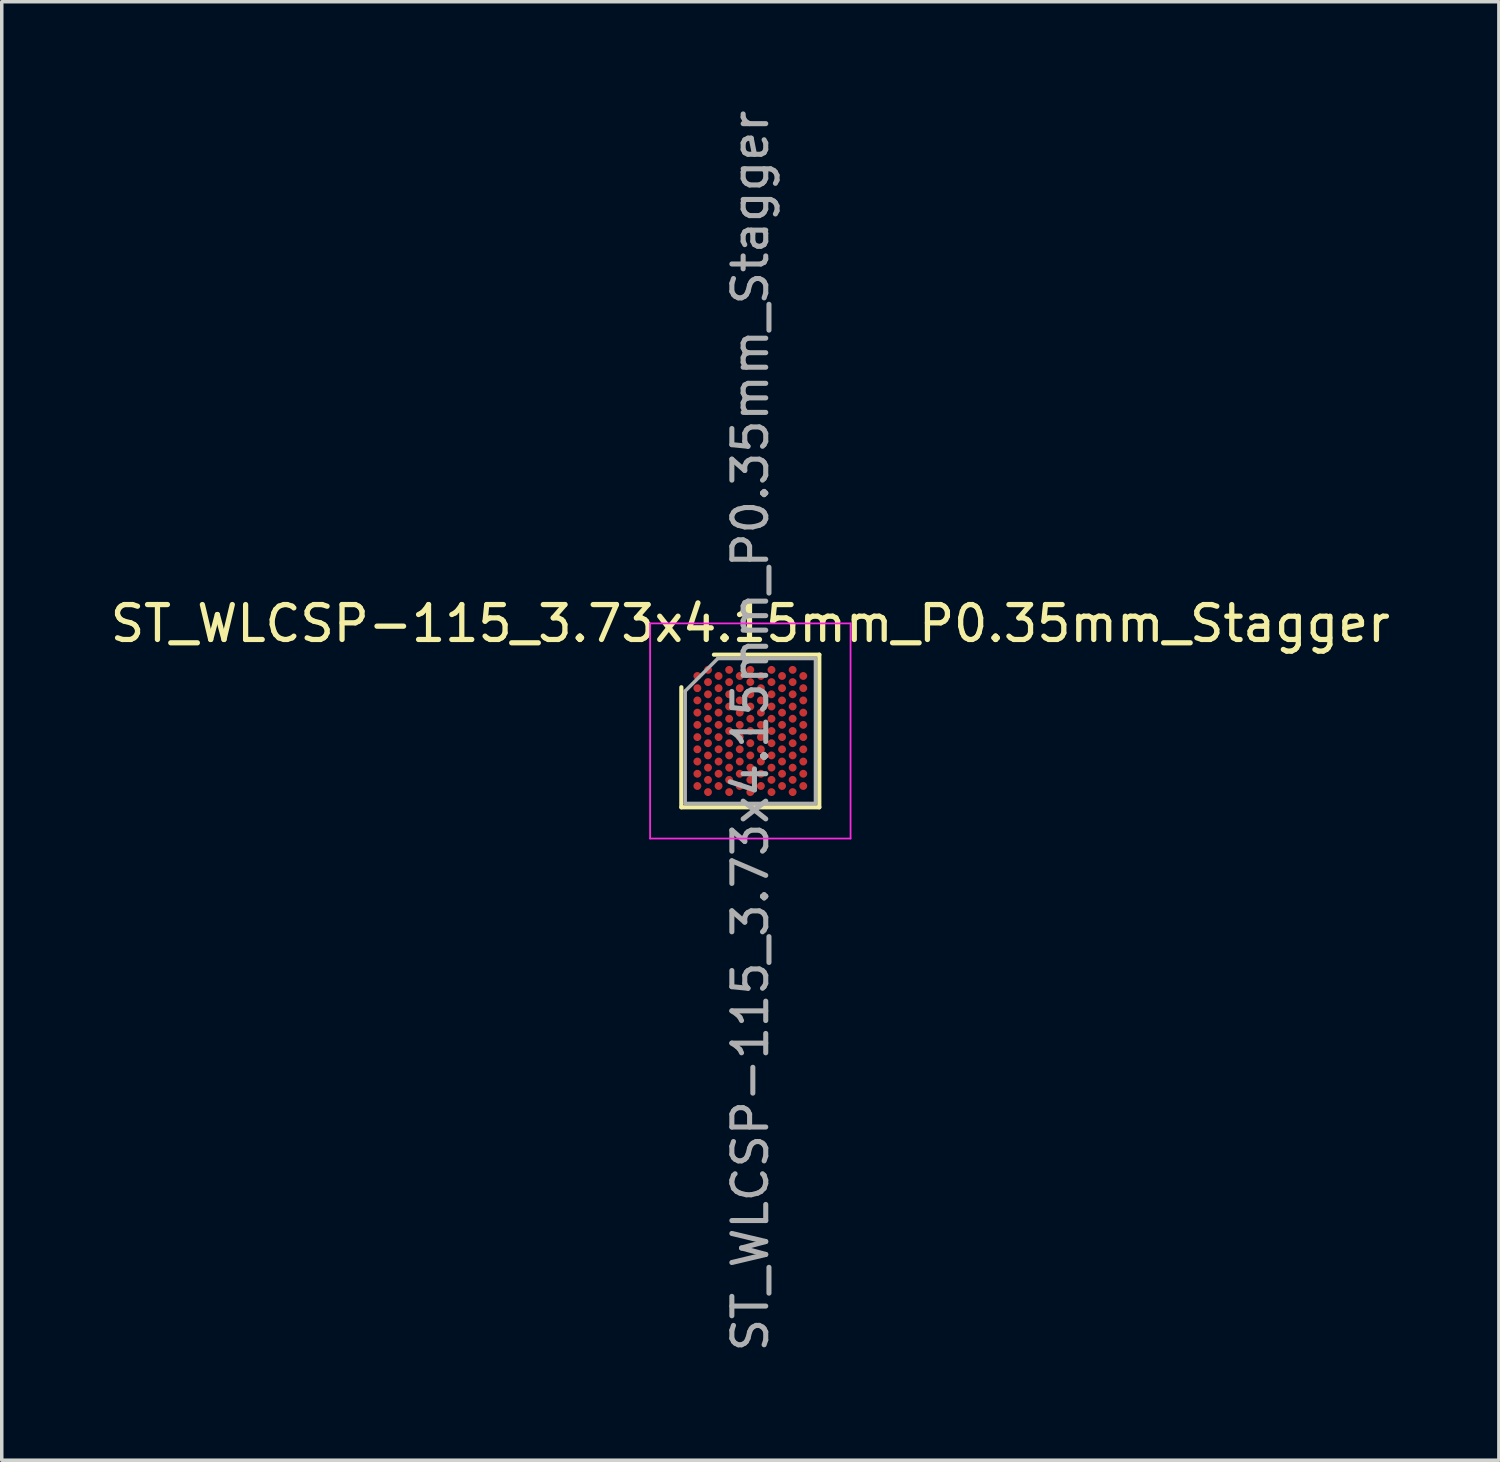
<source format=kicad_pcb>
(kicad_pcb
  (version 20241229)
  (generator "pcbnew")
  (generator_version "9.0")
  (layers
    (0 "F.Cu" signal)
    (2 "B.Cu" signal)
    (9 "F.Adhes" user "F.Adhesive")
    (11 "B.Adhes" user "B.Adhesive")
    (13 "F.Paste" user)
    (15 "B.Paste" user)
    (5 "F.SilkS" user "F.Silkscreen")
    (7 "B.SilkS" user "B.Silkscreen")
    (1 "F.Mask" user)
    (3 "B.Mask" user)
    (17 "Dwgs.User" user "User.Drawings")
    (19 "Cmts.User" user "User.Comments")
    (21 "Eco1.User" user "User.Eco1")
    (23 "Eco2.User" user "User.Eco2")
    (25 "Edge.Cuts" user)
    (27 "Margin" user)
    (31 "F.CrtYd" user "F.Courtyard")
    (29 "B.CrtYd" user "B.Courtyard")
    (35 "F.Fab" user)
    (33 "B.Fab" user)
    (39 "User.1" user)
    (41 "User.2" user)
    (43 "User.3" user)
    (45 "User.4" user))
  (footprint "ST_WLCSP-115_3.73x4.15mm_P0.35mm_Stagger"
    (layer "F.Cu")
    (at 18.435 17.881)
    (property "Reference" "ST_WLCSP-115_3.73x4.15mm_P0.35mm_Stagger" (at 0 -3.075 0) (layer "F.SilkS") (effects (font (size 1 1) (thickness 0.15))))
    (attr smd)
    (fp_line (start -1.975 2.185) (end -1.975 -1.252) (stroke (width 0.12) (type solid)) (layer "F.SilkS"))
    (fp_line (start -1.042 -2.185) (end 1.975 -2.185) (stroke (width 0.12) (type solid)) (layer "F.SilkS"))
    (fp_line (start 1.975 -2.185) (end 1.975 2.185) (stroke (width 0.12) (type solid)) (layer "F.SilkS"))
    (fp_line (start 1.975 2.185) (end -1.975 2.185) (stroke (width 0.12) (type solid)) (layer "F.SilkS"))
    (fp_line (start -2.87 -3.08) (end -2.87 3.08) (stroke (width 0.05) (type solid)) (layer "F.CrtYd"))
    (fp_line (start -2.87 3.08) (end 2.87 3.08) (stroke (width 0.05) (type solid)) (layer "F.CrtYd"))
    (fp_line (start 2.87 -3.08) (end -2.87 -3.08) (stroke (width 0.05) (type solid)) (layer "F.CrtYd"))
    (fp_line (start 2.87 3.08) (end 2.87 -3.08) (stroke (width 0.05) (type solid)) (layer "F.CrtYd"))
    (fp_line (start -1.865 -1.143) (end -0.932 -2.075) (stroke (width 0.1) (type solid)) (layer "F.Fab"))
    (fp_line (start -1.865 2.075) (end -1.865 -1.143) (stroke (width 0.1) (type solid)) (layer "F.Fab"))
    (fp_line (start -0.932 -2.075) (end 1.865 -2.075) (stroke (width 0.1) (type solid)) (layer "F.Fab"))
    (fp_line (start 1.865 -2.075) (end 1.865 2.075) (stroke (width 0.1) (type solid)) (layer "F.Fab"))
    (fp_line (start 1.865 2.075) (end -1.865 2.075) (stroke (width 0.1) (type solid)) (layer "F.Fab"))
    (fp_text user "${REFERENCE}" (at 0 0 270) (layer "F.Fab") (effects (font (size 0.97 0.97) (thickness 0.145))))
    (pad "A2" smd circle (at -1.212 -1.75) (size 0.225 0.225) (layers "F.Cu" "F.Mask" "F.Paste"))
    (pad "A4" smd circle (at -0.606 -1.75) (size 0.225 0.225) (layers "F.Cu" "F.Mask" "F.Paste"))
    (pad "A6" smd circle (at 0 -1.75) (size 0.225 0.225) (layers "F.Cu" "F.Mask" "F.Paste"))
    (pad "A8" smd circle (at 0.606 -1.75) (size 0.225 0.225) (layers "F.Cu" "F.Mask" "F.Paste"))
    (pad "A10" smd circle (at 1.212 -1.75) (size 0.225 0.225) (layers "F.Cu" "F.Mask" "F.Paste"))
    (pad "AA2" smd circle (at -1.212 1.75) (size 0.225 0.225) (layers "F.Cu" "F.Mask" "F.Paste"))
    (pad "AA4" smd circle (at -0.606 1.75) (size 0.225 0.225) (layers "F.Cu" "F.Mask" "F.Paste"))
    (pad "AA6" smd circle (at 0 1.75) (size 0.225 0.225) (layers "F.Cu" "F.Mask" "F.Paste"))
    (pad "AA8" smd circle (at 0.606 1.75) (size 0.225 0.225) (layers "F.Cu" "F.Mask" "F.Paste"))
    (pad "AA10" smd circle (at 1.212 1.75) (size 0.225 0.225) (layers "F.Cu" "F.Mask" "F.Paste"))
    (pad "B1" smd circle (at -1.516 -1.575) (size 0.225 0.225) (layers "F.Cu" "F.Mask" "F.Paste"))
    (pad "B3" smd circle (at -0.909 -1.575) (size 0.225 0.225) (layers "F.Cu" "F.Mask" "F.Paste"))
    (pad "B5" smd circle (at -0.303 -1.575) (size 0.225 0.225) (layers "F.Cu" "F.Mask" "F.Paste"))
    (pad "B7" smd circle (at 0.303 -1.575) (size 0.225 0.225) (layers "F.Cu" "F.Mask" "F.Paste"))
    (pad "B9" smd circle (at 0.909 -1.575) (size 0.225 0.225) (layers "F.Cu" "F.Mask" "F.Paste"))
    (pad "B11" smd circle (at 1.516 -1.575) (size 0.225 0.225) (layers "F.Cu" "F.Mask" "F.Paste"))
    (pad "C2" smd circle (at -1.212 -1.4) (size 0.225 0.225) (layers "F.Cu" "F.Mask" "F.Paste"))
    (pad "C4" smd circle (at -0.606 -1.4) (size 0.225 0.225) (layers "F.Cu" "F.Mask" "F.Paste"))
    (pad "C6" smd circle (at 0 -1.4) (size 0.225 0.225) (layers "F.Cu" "F.Mask" "F.Paste"))
    (pad "C8" smd circle (at 0.606 -1.4) (size 0.225 0.225) (layers "F.Cu" "F.Mask" "F.Paste"))
    (pad "C10" smd circle (at 1.212 -1.4) (size 0.225 0.225) (layers "F.Cu" "F.Mask" "F.Paste"))
    (pad "D1" smd circle (at -1.516 -1.225) (size 0.225 0.225) (layers "F.Cu" "F.Mask" "F.Paste"))
    (pad "D3" smd circle (at -0.909 -1.225) (size 0.225 0.225) (layers "F.Cu" "F.Mask" "F.Paste"))
    (pad "D5" smd circle (at -0.303 -1.225) (size 0.225 0.225) (layers "F.Cu" "F.Mask" "F.Paste"))
    (pad "D7" smd circle (at 0.303 -1.225) (size 0.225 0.225) (layers "F.Cu" "F.Mask" "F.Paste"))
    (pad "D9" smd circle (at 0.909 -1.225) (size 0.225 0.225) (layers "F.Cu" "F.Mask" "F.Paste"))
    (pad "D11" smd circle (at 1.516 -1.225) (size 0.225 0.225) (layers "F.Cu" "F.Mask" "F.Paste"))
    (pad "E2" smd circle (at -1.212 -1.05) (size 0.225 0.225) (layers "F.Cu" "F.Mask" "F.Paste"))
    (pad "E4" smd circle (at -0.606 -1.05) (size 0.225 0.225) (layers "F.Cu" "F.Mask" "F.Paste"))
    (pad "E6" smd circle (at 0 -1.05) (size 0.225 0.225) (layers "F.Cu" "F.Mask" "F.Paste"))
    (pad "E8" smd circle (at 0.606 -1.05) (size 0.225 0.225) (layers "F.Cu" "F.Mask" "F.Paste"))
    (pad "E10" smd circle (at 1.212 -1.05) (size 0.225 0.225) (layers "F.Cu" "F.Mask" "F.Paste"))
    (pad "F1" smd circle (at -1.516 -0.875) (size 0.225 0.225) (layers "F.Cu" "F.Mask" "F.Paste"))
    (pad "F3" smd circle (at -0.909 -0.875) (size 0.225 0.225) (layers "F.Cu" "F.Mask" "F.Paste"))
    (pad "F5" smd circle (at -0.303 -0.875) (size 0.225 0.225) (layers "F.Cu" "F.Mask" "F.Paste"))
    (pad "F7" smd circle (at 0.303 -0.875) (size 0.225 0.225) (layers "F.Cu" "F.Mask" "F.Paste"))
    (pad "F9" smd circle (at 0.909 -0.875) (size 0.225 0.225) (layers "F.Cu" "F.Mask" "F.Paste"))
    (pad "F11" smd circle (at 1.516 -0.875) (size 0.225 0.225) (layers "F.Cu" "F.Mask" "F.Paste"))
    (pad "G2" smd circle (at -1.212 -0.7) (size 0.225 0.225) (layers "F.Cu" "F.Mask" "F.Paste"))
    (pad "G4" smd circle (at -0.606 -0.7) (size 0.225 0.225) (layers "F.Cu" "F.Mask" "F.Paste"))
    (pad "G6" smd circle (at 0 -0.7) (size 0.225 0.225) (layers "F.Cu" "F.Mask" "F.Paste"))
    (pad "G8" smd circle (at 0.606 -0.7) (size 0.225 0.225) (layers "F.Cu" "F.Mask" "F.Paste"))
    (pad "G10" smd circle (at 1.212 -0.7) (size 0.225 0.225) (layers "F.Cu" "F.Mask" "F.Paste"))
    (pad "H1" smd circle (at -1.516 -0.525) (size 0.225 0.225) (layers "F.Cu" "F.Mask" "F.Paste"))
    (pad "H3" smd circle (at -0.909 -0.525) (size 0.225 0.225) (layers "F.Cu" "F.Mask" "F.Paste"))
    (pad "H5" smd circle (at -0.303 -0.525) (size 0.225 0.225) (layers "F.Cu" "F.Mask" "F.Paste"))
    (pad "H7" smd circle (at 0.303 -0.525) (size 0.225 0.225) (layers "F.Cu" "F.Mask" "F.Paste"))
    (pad "H9" smd circle (at 0.909 -0.525) (size 0.225 0.225) (layers "F.Cu" "F.Mask" "F.Paste"))
    (pad "H11" smd circle (at 1.516 -0.525) (size 0.225 0.225) (layers "F.Cu" "F.Mask" "F.Paste"))
    (pad "J2" smd circle (at -1.212 -0.35) (size 0.225 0.225) (layers "F.Cu" "F.Mask" "F.Paste"))
    (pad "J4" smd circle (at -0.606 -0.35) (size 0.225 0.225) (layers "F.Cu" "F.Mask" "F.Paste"))
    (pad "J6" smd circle (at 0 -0.35) (size 0.225 0.225) (layers "F.Cu" "F.Mask" "F.Paste"))
    (pad "J8" smd circle (at 0.606 -0.35) (size 0.225 0.225) (layers "F.Cu" "F.Mask" "F.Paste"))
    (pad "J10" smd circle (at 1.212 -0.35) (size 0.225 0.225) (layers "F.Cu" "F.Mask" "F.Paste"))
    (pad "K1" smd circle (at -1.516 -0.175) (size 0.225 0.225) (layers "F.Cu" "F.Mask" "F.Paste"))
    (pad "K3" smd circle (at -0.909 -0.175) (size 0.225 0.225) (layers "F.Cu" "F.Mask" "F.Paste"))
    (pad "K5" smd circle (at -0.303 -0.175) (size 0.225 0.225) (layers "F.Cu" "F.Mask" "F.Paste"))
    (pad "K7" smd circle (at 0.303 -0.175) (size 0.225 0.225) (layers "F.Cu" "F.Mask" "F.Paste"))
    (pad "K9" smd circle (at 0.909 -0.175) (size 0.225 0.225) (layers "F.Cu" "F.Mask" "F.Paste"))
    (pad "K11" smd circle (at 1.516 -0.175) (size 0.225 0.225) (layers "F.Cu" "F.Mask" "F.Paste"))
    (pad "L2" smd circle (at -1.212 0) (size 0.225 0.225) (layers "F.Cu" "F.Mask" "F.Paste"))
    (pad "L4" smd circle (at -0.606 0) (size 0.225 0.225) (layers "F.Cu" "F.Mask" "F.Paste"))
    (pad "L6" smd circle (at 0 0) (size 0.225 0.225) (layers "F.Cu" "F.Mask" "F.Paste"))
    (pad "L8" smd circle (at 0.606 0) (size 0.225 0.225) (layers "F.Cu" "F.Mask" "F.Paste"))
    (pad "L10" smd circle (at 1.212 0) (size 0.225 0.225) (layers "F.Cu" "F.Mask" "F.Paste"))
    (pad "M1" smd circle (at -1.516 0.175) (size 0.225 0.225) (layers "F.Cu" "F.Mask" "F.Paste"))
    (pad "M3" smd circle (at -0.909 0.175) (size 0.225 0.225) (layers "F.Cu" "F.Mask" "F.Paste"))
    (pad "M5" smd circle (at -0.303 0.175) (size 0.225 0.225) (layers "F.Cu" "F.Mask" "F.Paste"))
    (pad "M7" smd circle (at 0.303 0.175) (size 0.225 0.225) (layers "F.Cu" "F.Mask" "F.Paste"))
    (pad "M9" smd circle (at 0.909 0.175) (size 0.225 0.225) (layers "F.Cu" "F.Mask" "F.Paste"))
    (pad "M11" smd circle (at 1.516 0.175) (size 0.225 0.225) (layers "F.Cu" "F.Mask" "F.Paste"))
    (pad "N2" smd circle (at -1.212 0.35) (size 0.225 0.225) (layers "F.Cu" "F.Mask" "F.Paste"))
    (pad "N4" smd circle (at -0.606 0.35) (size 0.225 0.225) (layers "F.Cu" "F.Mask" "F.Paste"))
    (pad "N6" smd circle (at 0 0.35) (size 0.225 0.225) (layers "F.Cu" "F.Mask" "F.Paste"))
    (pad "N8" smd circle (at 0.606 0.35) (size 0.225 0.225) (layers "F.Cu" "F.Mask" "F.Paste"))
    (pad "N10" smd circle (at 1.212 0.35) (size 0.225 0.225) (layers "F.Cu" "F.Mask" "F.Paste"))
    (pad "P1" smd circle (at -1.516 0.525) (size 0.225 0.225) (layers "F.Cu" "F.Mask" "F.Paste"))
    (pad "P3" smd circle (at -0.909 0.525) (size 0.225 0.225) (layers "F.Cu" "F.Mask" "F.Paste"))
    (pad "P5" smd circle (at -0.303 0.525) (size 0.225 0.225) (layers "F.Cu" "F.Mask" "F.Paste"))
    (pad "P7" smd circle (at 0.303 0.525) (size 0.225 0.225) (layers "F.Cu" "F.Mask" "F.Paste"))
    (pad "P9" smd circle (at 0.909 0.525) (size 0.225 0.225) (layers "F.Cu" "F.Mask" "F.Paste"))
    (pad "P11" smd circle (at 1.516 0.525) (size 0.225 0.225) (layers "F.Cu" "F.Mask" "F.Paste"))
    (pad "R2" smd circle (at -1.212 0.7) (size 0.225 0.225) (layers "F.Cu" "F.Mask" "F.Paste"))
    (pad "R4" smd circle (at -0.606 0.7) (size 0.225 0.225) (layers "F.Cu" "F.Mask" "F.Paste"))
    (pad "R6" smd circle (at 0 0.7) (size 0.225 0.225) (layers "F.Cu" "F.Mask" "F.Paste"))
    (pad "R8" smd circle (at 0.606 0.7) (size 0.225 0.225) (layers "F.Cu" "F.Mask" "F.Paste"))
    (pad "R10" smd circle (at 1.212 0.7) (size 0.225 0.225) (layers "F.Cu" "F.Mask" "F.Paste"))
    (pad "T1" smd circle (at -1.516 0.875) (size 0.225 0.225) (layers "F.Cu" "F.Mask" "F.Paste"))
    (pad "T3" smd circle (at -0.909 0.875) (size 0.225 0.225) (layers "F.Cu" "F.Mask" "F.Paste"))
    (pad "T5" smd circle (at -0.303 0.875) (size 0.225 0.225) (layers "F.Cu" "F.Mask" "F.Paste"))
    (pad "T7" smd circle (at 0.303 0.875) (size 0.225 0.225) (layers "F.Cu" "F.Mask" "F.Paste"))
    (pad "T9" smd circle (at 0.909 0.875) (size 0.225 0.225) (layers "F.Cu" "F.Mask" "F.Paste"))
    (pad "T11" smd circle (at 1.516 0.875) (size 0.225 0.225) (layers "F.Cu" "F.Mask" "F.Paste"))
    (pad "U2" smd circle (at -1.212 1.05) (size 0.225 0.225) (layers "F.Cu" "F.Mask" "F.Paste"))
    (pad "U4" smd circle (at -0.606 1.05) (size 0.225 0.225) (layers "F.Cu" "F.Mask" "F.Paste"))
    (pad "U6" smd circle (at 0 1.05) (size 0.225 0.225) (layers "F.Cu" "F.Mask" "F.Paste"))
    (pad "U8" smd circle (at 0.606 1.05) (size 0.225 0.225) (layers "F.Cu" "F.Mask" "F.Paste"))
    (pad "U10" smd circle (at 1.212 1.05) (size 0.225 0.225) (layers "F.Cu" "F.Mask" "F.Paste"))
    (pad "V1" smd circle (at -1.516 1.225) (size 0.225 0.225) (layers "F.Cu" "F.Mask" "F.Paste"))
    (pad "V3" smd circle (at -0.909 1.225) (size 0.225 0.225) (layers "F.Cu" "F.Mask" "F.Paste"))
    (pad "V5" smd circle (at -0.303 1.225) (size 0.225 0.225) (layers "F.Cu" "F.Mask" "F.Paste"))
    (pad "V7" smd circle (at 0.303 1.225) (size 0.225 0.225) (layers "F.Cu" "F.Mask" "F.Paste"))
    (pad "V9" smd circle (at 0.909 1.225) (size 0.225 0.225) (layers "F.Cu" "F.Mask" "F.Paste"))
    (pad "V11" smd circle (at 1.516 1.225) (size 0.225 0.225) (layers "F.Cu" "F.Mask" "F.Paste"))
    (pad "W2" smd circle (at -1.212 1.4) (size 0.225 0.225) (layers "F.Cu" "F.Mask" "F.Paste"))
    (pad "W4" smd circle (at -0.606 1.4) (size 0.225 0.225) (layers "F.Cu" "F.Mask" "F.Paste"))
    (pad "W6" smd circle (at 0 1.4) (size 0.225 0.225) (layers "F.Cu" "F.Mask" "F.Paste"))
    (pad "W8" smd circle (at 0.606 1.4) (size 0.225 0.225) (layers "F.Cu" "F.Mask" "F.Paste"))
    (pad "W10" smd circle (at 1.212 1.4) (size 0.225 0.225) (layers "F.Cu" "F.Mask" "F.Paste"))
    (pad "Y1" smd circle (at -1.516 1.575) (size 0.225 0.225) (layers "F.Cu" "F.Mask" "F.Paste"))
    (pad "Y3" smd circle (at -0.909 1.575) (size 0.225 0.225) (layers "F.Cu" "F.Mask" "F.Paste"))
    (pad "Y5" smd circle (at -0.303 1.575) (size 0.225 0.225) (layers "F.Cu" "F.Mask" "F.Paste"))
    (pad "Y7" smd circle (at 0.303 1.575) (size 0.225 0.225) (layers "F.Cu" "F.Mask" "F.Paste"))
    (pad "Y9" smd circle (at 0.909 1.575) (size 0.225 0.225) (layers "F.Cu" "F.Mask" "F.Paste"))
    (pad "Y11" smd circle (at 1.516 1.575) (size 0.225 0.225) (layers "F.Cu" "F.Mask" "F.Paste")))
  (gr_rect
    (start -3 -3)
    (end 39.869 38.763)
    (stroke (width 0.1) (type default))
    (fill no)
    (layer "Edge.Cuts")))
</source>
